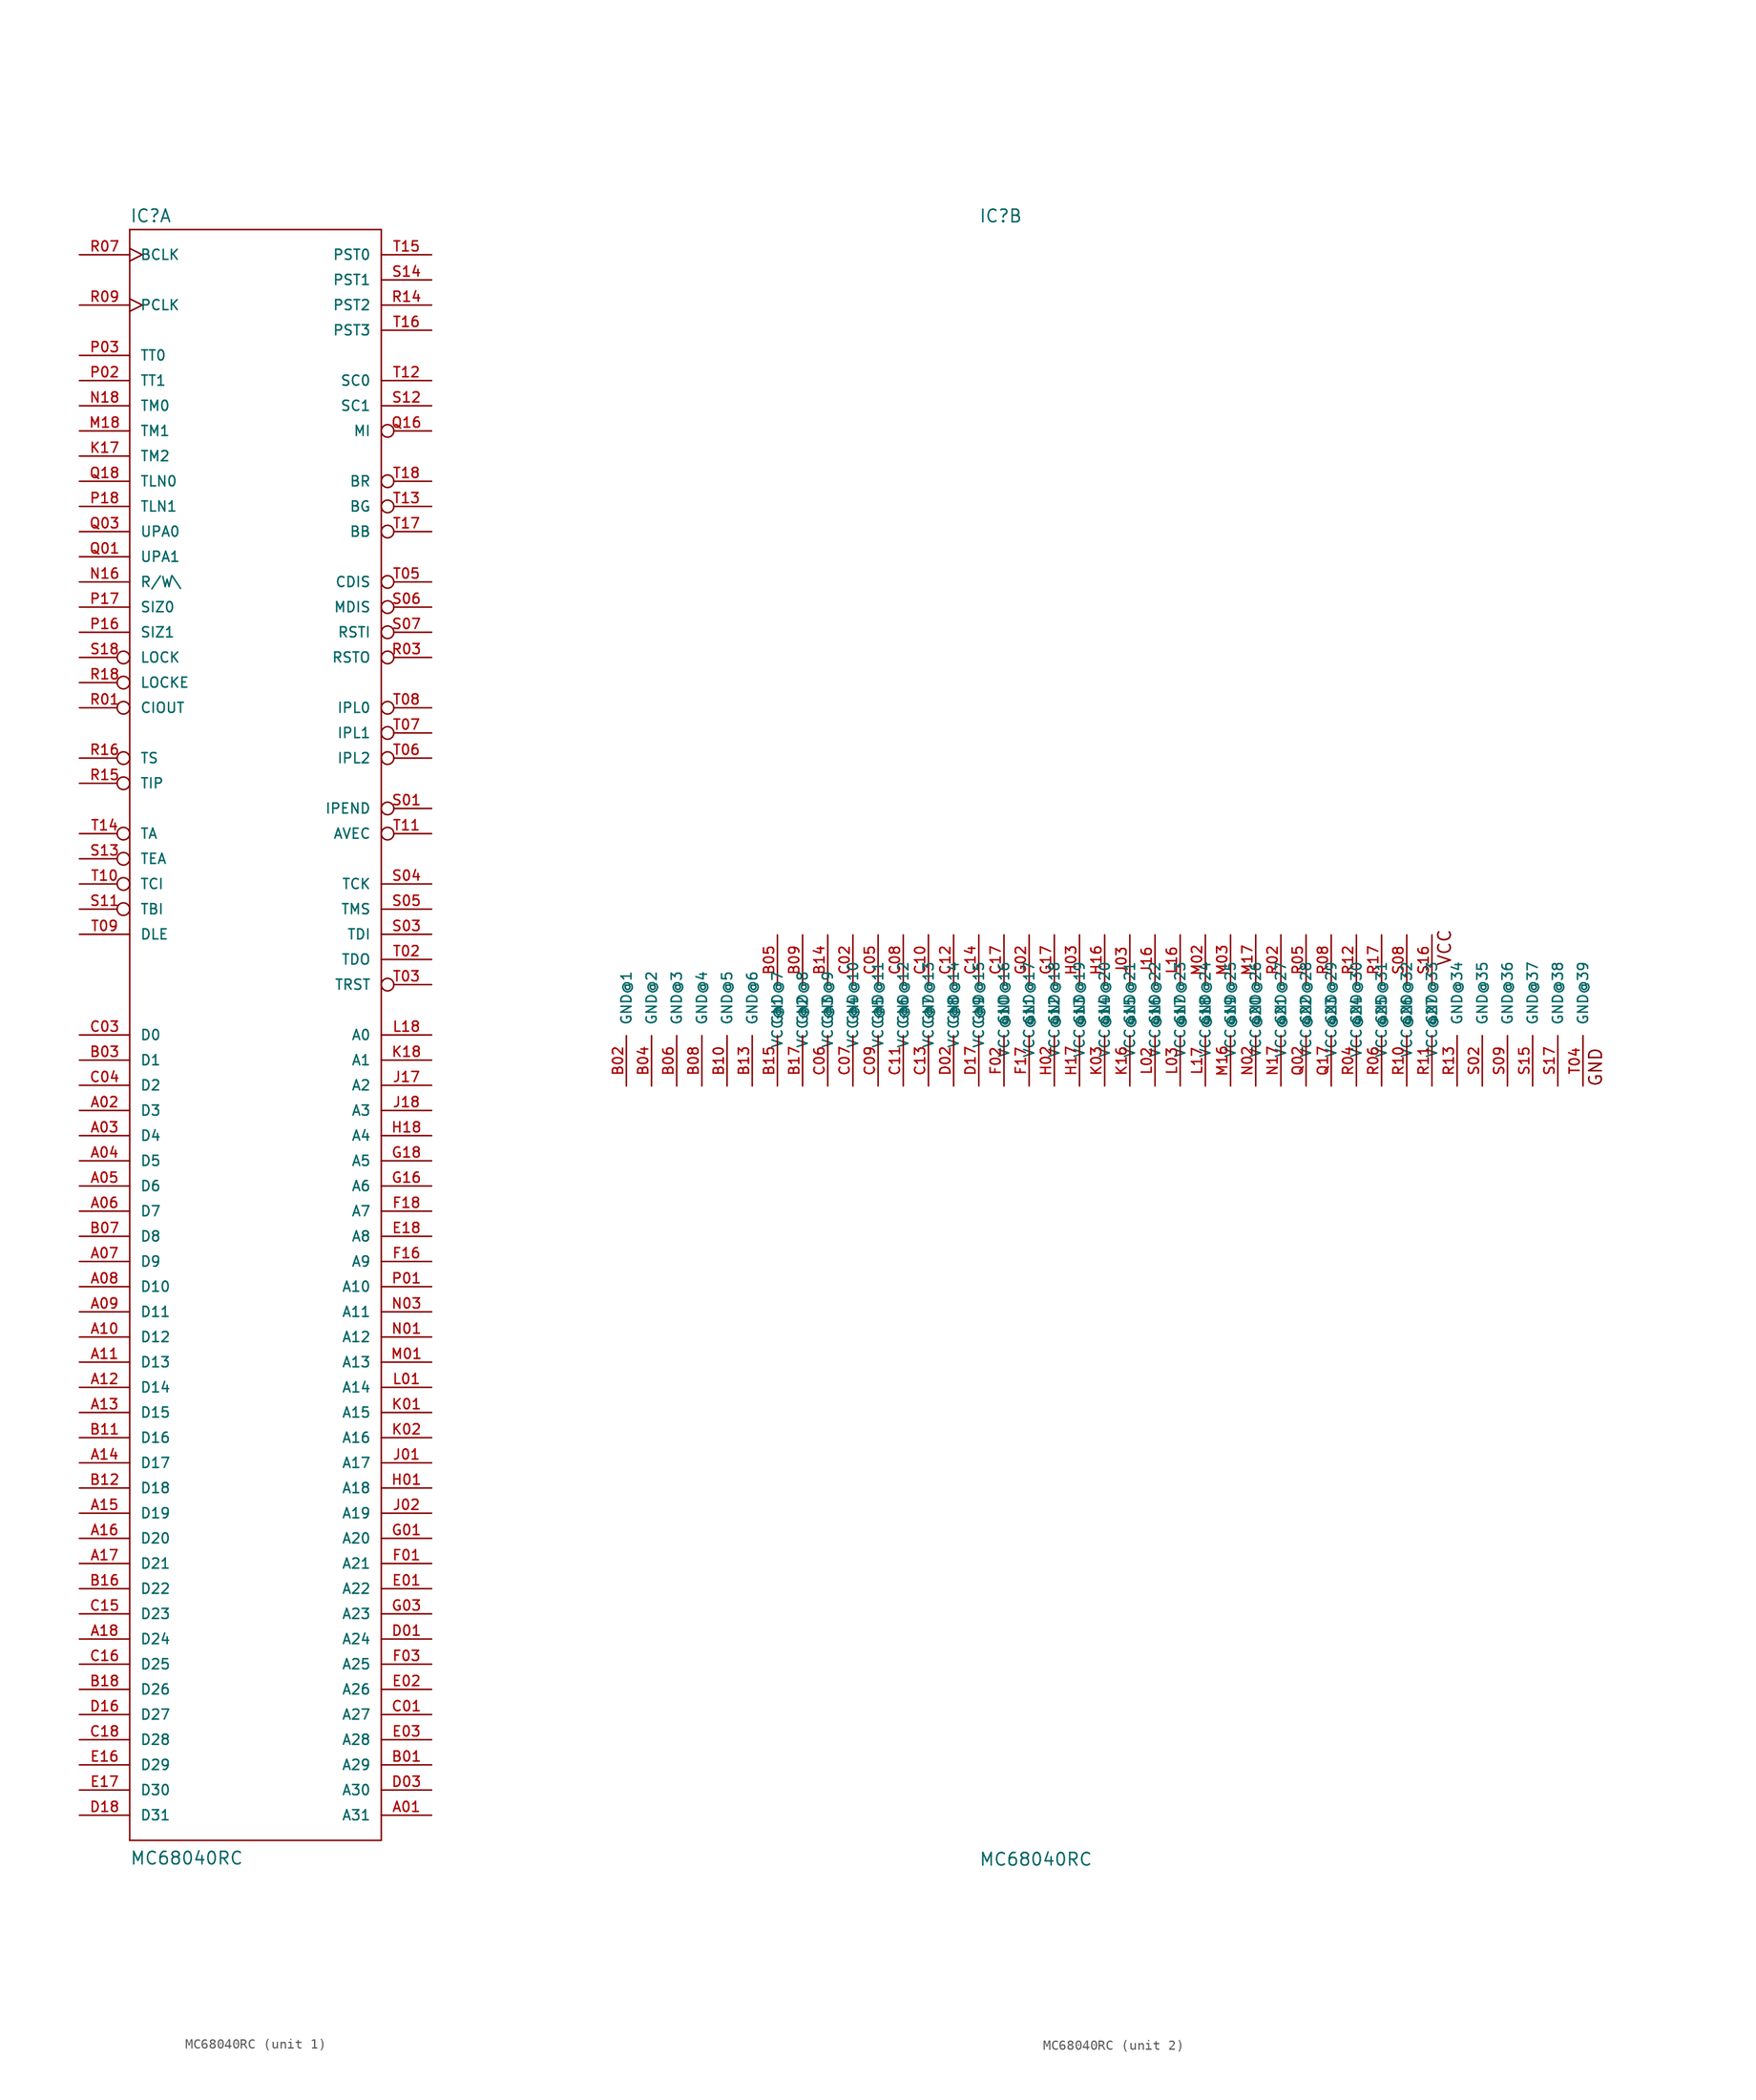
<source format=kicad_sym>
(kicad_symbol_lib
  (version 20220914)
  (generator kicad_symbol_editor)
  (symbol "MC68040RC"
    (pin_names
      (offset 1.016))
    (property "Reference" "IC"
      (at -12.7 79.375 0)
      (effects (font (size 1.27 1.27)) (justify left bottom)))
    (property "Value" "MC68040RC"
      (at -12.7 -86.36 0)
      (effects (font (size 1.27 1.27)) (justify left bottom)))
    (property "Datasheet" ""
      (at 0 0 0)
      (effects (font (size 1.524 1.524))))
    (property "ki_locked" ""
      (at 0 0 0)
      (effects (font (size 1.27 1.27))))
    (symbol "MC68040RC_1_0"
      (polyline (pts (xy -12.7 -83.82) (xy -12.7 78.74)) (stroke (width 0) (type solid)) (fill (type none)))
      (polyline (pts (xy -12.7 -83.82) (xy 12.7 -83.82)) (stroke (width 0) (type solid)) (fill (type none)))
      (polyline (pts (xy 12.7 78.74) (xy -12.7 78.74)) (stroke (width 0) (type solid)) (fill (type none)))
      (polyline (pts (xy 12.7 78.74) (xy 12.7 -83.82)) (stroke (width 0) (type solid)) (fill (type none))))
    (symbol "MC68040RC_1_1"
      (pin output line (at 17.78 -81.28 180) (length 5.08) (name "A31" (effects (font (size 1.016 1.016)))) (number "A01" (effects (font (size 1.016 1.016)))))
      (pin bidirectional line (at -17.78 -10.16 0) (length 5.08) (name "D3" (effects (font (size 1.016 1.016)))) (number "A02" (effects (font (size 1.016 1.016)))))
      (pin bidirectional line (at -17.78 -12.7 0) (length 5.08) (name "D4" (effects (font (size 1.016 1.016)))) (number "A03" (effects (font (size 1.016 1.016)))))
      (pin bidirectional line (at -17.78 -15.24 0) (length 5.08) (name "D5" (effects (font (size 1.016 1.016)))) (number "A04" (effects (font (size 1.016 1.016)))))
      (pin bidirectional line (at -17.78 -17.78 0) (length 5.08) (name "D6" (effects (font (size 1.016 1.016)))) (number "A05" (effects (font (size 1.016 1.016)))))
      (pin bidirectional line (at -17.78 -20.32 0) (length 5.08) (name "D7" (effects (font (size 1.016 1.016)))) (number "A06" (effects (font (size 1.016 1.016)))))
      (pin bidirectional line (at -17.78 -25.4 0) (length 5.08) (name "D9" (effects (font (size 1.016 1.016)))) (number "A07" (effects (font (size 1.016 1.016)))))
      (pin bidirectional line (at -17.78 -27.94 0) (length 5.08) (name "D10" (effects (font (size 1.016 1.016)))) (number "A08" (effects (font (size 1.016 1.016)))))
      (pin bidirectional line (at -17.78 -30.48 0) (length 5.08) (name "D11" (effects (font (size 1.016 1.016)))) (number "A09" (effects (font (size 1.016 1.016)))))
      (pin bidirectional line (at -17.78 -33.02 0) (length 5.08) (name "D12" (effects (font (size 1.016 1.016)))) (number "A10" (effects (font (size 1.016 1.016)))))
      (pin bidirectional line (at -17.78 -35.56 0) (length 5.08) (name "D13" (effects (font (size 1.016 1.016)))) (number "A11" (effects (font (size 1.016 1.016)))))
      (pin bidirectional line (at -17.78 -38.1 0) (length 5.08) (name "D14" (effects (font (size 1.016 1.016)))) (number "A12" (effects (font (size 1.016 1.016)))))
      (pin bidirectional line (at -17.78 -40.64 0) (length 5.08) (name "D15" (effects (font (size 1.016 1.016)))) (number "A13" (effects (font (size 1.016 1.016)))))
      (pin bidirectional line (at -17.78 -45.72 0) (length 5.08) (name "D17" (effects (font (size 1.016 1.016)))) (number "A14" (effects (font (size 1.016 1.016)))))
      (pin bidirectional line (at -17.78 -50.8 0) (length 5.08) (name "D19" (effects (font (size 1.016 1.016)))) (number "A15" (effects (font (size 1.016 1.016)))))
      (pin bidirectional line (at -17.78 -53.34 0) (length 5.08) (name "D20" (effects (font (size 1.016 1.016)))) (number "A16" (effects (font (size 1.016 1.016)))))
      (pin bidirectional line (at -17.78 -55.88 0) (length 5.08) (name "D21" (effects (font (size 1.016 1.016)))) (number "A17" (effects (font (size 1.016 1.016)))))
      (pin bidirectional line (at -17.78 -63.5 0) (length 5.08) (name "D24" (effects (font (size 1.016 1.016)))) (number "A18" (effects (font (size 1.016 1.016)))))
      (pin output line (at 17.78 -76.2 180) (length 5.08) (name "A29" (effects (font (size 1.016 1.016)))) (number "B01" (effects (font (size 1.016 1.016)))))
      (pin bidirectional line (at -17.78 -5.08 0) (length 5.08) (name "D1" (effects (font (size 1.016 1.016)))) (number "B03" (effects (font (size 1.016 1.016)))))
      (pin bidirectional line (at -17.78 -22.86 0) (length 5.08) (name "D8" (effects (font (size 1.016 1.016)))) (number "B07" (effects (font (size 1.016 1.016)))))
      (pin bidirectional line (at -17.78 -43.18 0) (length 5.08) (name "D16" (effects (font (size 1.016 1.016)))) (number "B11" (effects (font (size 1.016 1.016)))))
      (pin bidirectional line (at -17.78 -48.26 0) (length 5.08) (name "D18" (effects (font (size 1.016 1.016)))) (number "B12" (effects (font (size 1.016 1.016)))))
      (pin bidirectional line (at -17.78 -58.42 0) (length 5.08) (name "D22" (effects (font (size 1.016 1.016)))) (number "B16" (effects (font (size 1.016 1.016)))))
      (pin bidirectional line (at -17.78 -68.58 0) (length 5.08) (name "D26" (effects (font (size 1.016 1.016)))) (number "B18" (effects (font (size 1.016 1.016)))))
      (pin output line (at 17.78 -71.12 180) (length 5.08) (name "A27" (effects (font (size 1.016 1.016)))) (number "C01" (effects (font (size 1.016 1.016)))))
      (pin bidirectional line (at -17.78 -2.54 0) (length 5.08) (name "D0" (effects (font (size 1.016 1.016)))) (number "C03" (effects (font (size 1.016 1.016)))))
      (pin bidirectional line (at -17.78 -7.62 0) (length 5.08) (name "D2" (effects (font (size 1.016 1.016)))) (number "C04" (effects (font (size 1.016 1.016)))))
      (pin bidirectional line (at -17.78 -60.96 0) (length 5.08) (name "D23" (effects (font (size 1.016 1.016)))) (number "C15" (effects (font (size 1.016 1.016)))))
      (pin bidirectional line (at -17.78 -66.04 0) (length 5.08) (name "D25" (effects (font (size 1.016 1.016)))) (number "C16" (effects (font (size 1.016 1.016)))))
      (pin bidirectional line (at -17.78 -73.66 0) (length 5.08) (name "D28" (effects (font (size 1.016 1.016)))) (number "C18" (effects (font (size 1.016 1.016)))))
      (pin output line (at 17.78 -63.5 180) (length 5.08) (name "A24" (effects (font (size 1.016 1.016)))) (number "D01" (effects (font (size 1.016 1.016)))))
      (pin output line (at 17.78 -78.74 180) (length 5.08) (name "A30" (effects (font (size 1.016 1.016)))) (number "D03" (effects (font (size 1.016 1.016)))))
      (pin bidirectional line (at -17.78 -71.12 0) (length 5.08) (name "D27" (effects (font (size 1.016 1.016)))) (number "D16" (effects (font (size 1.016 1.016)))))
      (pin bidirectional line (at -17.78 -81.28 0) (length 5.08) (name "D31" (effects (font (size 1.016 1.016)))) (number "D18" (effects (font (size 1.016 1.016)))))
      (pin output line (at 17.78 -58.42 180) (length 5.08) (name "A22" (effects (font (size 1.016 1.016)))) (number "E01" (effects (font (size 1.016 1.016)))))
      (pin output line (at 17.78 -68.58 180) (length 5.08) (name "A26" (effects (font (size 1.016 1.016)))) (number "E02" (effects (font (size 1.016 1.016)))))
      (pin output line (at 17.78 -73.66 180) (length 5.08) (name "A28" (effects (font (size 1.016 1.016)))) (number "E03" (effects (font (size 1.016 1.016)))))
      (pin bidirectional line (at -17.78 -76.2 0) (length 5.08) (name "D29" (effects (font (size 1.016 1.016)))) (number "E16" (effects (font (size 1.016 1.016)))))
      (pin bidirectional line (at -17.78 -78.74 0) (length 5.08) (name "D30" (effects (font (size 1.016 1.016)))) (number "E17" (effects (font (size 1.016 1.016)))))
      (pin output line (at 17.78 -22.86 180) (length 5.08) (name "A8" (effects (font (size 1.016 1.016)))) (number "E18" (effects (font (size 1.016 1.016)))))
      (pin output line (at 17.78 -55.88 180) (length 5.08) (name "A21" (effects (font (size 1.016 1.016)))) (number "F01" (effects (font (size 1.016 1.016)))))
      (pin output line (at 17.78 -66.04 180) (length 5.08) (name "A25" (effects (font (size 1.016 1.016)))) (number "F03" (effects (font (size 1.016 1.016)))))
      (pin output line (at 17.78 -25.4 180) (length 5.08) (name "A9" (effects (font (size 1.016 1.016)))) (number "F16" (effects (font (size 1.016 1.016)))))
      (pin output line (at 17.78 -20.32 180) (length 5.08) (name "A7" (effects (font (size 1.016 1.016)))) (number "F18" (effects (font (size 1.016 1.016)))))
      (pin output line (at 17.78 -53.34 180) (length 5.08) (name "A20" (effects (font (size 1.016 1.016)))) (number "G01" (effects (font (size 1.016 1.016)))))
      (pin output line (at 17.78 -60.96 180) (length 5.08) (name "A23" (effects (font (size 1.016 1.016)))) (number "G03" (effects (font (size 1.016 1.016)))))
      (pin output line (at 17.78 -17.78 180) (length 5.08) (name "A6" (effects (font (size 1.016 1.016)))) (number "G16" (effects (font (size 1.016 1.016)))))
      (pin output line (at 17.78 -15.24 180) (length 5.08) (name "A5" (effects (font (size 1.016 1.016)))) (number "G18" (effects (font (size 1.016 1.016)))))
      (pin output line (at 17.78 -48.26 180) (length 5.08) (name "A18" (effects (font (size 1.016 1.016)))) (number "H01" (effects (font (size 1.016 1.016)))))
      (pin output line (at 17.78 -12.7 180) (length 5.08) (name "A4" (effects (font (size 1.016 1.016)))) (number "H18" (effects (font (size 1.016 1.016)))))
      (pin output line (at 17.78 -45.72 180) (length 5.08) (name "A17" (effects (font (size 1.016 1.016)))) (number "J01" (effects (font (size 1.016 1.016)))))
      (pin output line (at 17.78 -50.8 180) (length 5.08) (name "A19" (effects (font (size 1.016 1.016)))) (number "J02" (effects (font (size 1.016 1.016)))))
      (pin output line (at 17.78 -7.62 180) (length 5.08) (name "A2" (effects (font (size 1.016 1.016)))) (number "J17" (effects (font (size 1.016 1.016)))))
      (pin output line (at 17.78 -10.16 180) (length 5.08) (name "A3" (effects (font (size 1.016 1.016)))) (number "J18" (effects (font (size 1.016 1.016)))))
      (pin output line (at 17.78 -40.64 180) (length 5.08) (name "A15" (effects (font (size 1.016 1.016)))) (number "K01" (effects (font (size 1.016 1.016)))))
      (pin output line (at 17.78 -43.18 180) (length 5.08) (name "A16" (effects (font (size 1.016 1.016)))) (number "K02" (effects (font (size 1.016 1.016)))))
      (pin output line (at -17.78 55.88 0) (length 5.08) (name "TM2" (effects (font (size 1.016 1.016)))) (number "K17" (effects (font (size 1.016 1.016)))))
      (pin output line (at 17.78 -5.08 180) (length 5.08) (name "A1" (effects (font (size 1.016 1.016)))) (number "K18" (effects (font (size 1.016 1.016)))))
      (pin output line (at 17.78 -38.1 180) (length 5.08) (name "A14" (effects (font (size 1.016 1.016)))) (number "L01" (effects (font (size 1.016 1.016)))))
      (pin output line (at 17.78 -2.54 180) (length 5.08) (name "A0" (effects (font (size 1.016 1.016)))) (number "L18" (effects (font (size 1.016 1.016)))))
      (pin output line (at 17.78 -35.56 180) (length 5.08) (name "A13" (effects (font (size 1.016 1.016)))) (number "M01" (effects (font (size 1.016 1.016)))))
      (pin output line (at -17.78 58.42 0) (length 5.08) (name "TM1" (effects (font (size 1.016 1.016)))) (number "M18" (effects (font (size 1.016 1.016)))))
      (pin output line (at 17.78 -33.02 180) (length 5.08) (name "A12" (effects (font (size 1.016 1.016)))) (number "N01" (effects (font (size 1.016 1.016)))))
      (pin output line (at 17.78 -30.48 180) (length 5.08) (name "A11" (effects (font (size 1.016 1.016)))) (number "N03" (effects (font (size 1.016 1.016)))))
      (pin bidirectional line (at -17.78 43.18 0) (length 5.08) (name "R/W\\" (effects (font (size 1.016 1.016)))) (number "N16" (effects (font (size 1.016 1.016)))))
      (pin output line (at -17.78 60.96 0) (length 5.08) (name "TM0" (effects (font (size 1.016 1.016)))) (number "N18" (effects (font (size 1.016 1.016)))))
      (pin output line (at 17.78 -27.94 180) (length 5.08) (name "A10" (effects (font (size 1.016 1.016)))) (number "P01" (effects (font (size 1.016 1.016)))))
      (pin bidirectional line (at -17.78 63.5 0) (length 5.08) (name "TT1" (effects (font (size 1.016 1.016)))) (number "P02" (effects (font (size 1.016 1.016)))))
      (pin bidirectional line (at -17.78 66.04 0) (length 5.08) (name "TT0" (effects (font (size 1.016 1.016)))) (number "P03" (effects (font (size 1.016 1.016)))))
      (pin bidirectional line (at -17.78 38.1 0) (length 5.08) (name "SIZ1" (effects (font (size 1.016 1.016)))) (number "P16" (effects (font (size 1.016 1.016)))))
      (pin bidirectional line (at -17.78 40.64 0) (length 5.08) (name "SIZ0" (effects (font (size 1.016 1.016)))) (number "P17" (effects (font (size 1.016 1.016)))))
      (pin output line (at -17.78 50.8 0) (length 5.08) (name "TLN1" (effects (font (size 1.016 1.016)))) (number "P18" (effects (font (size 1.016 1.016)))))
      (pin output line (at -17.78 45.72 0) (length 5.08) (name "UPA1" (effects (font (size 1.016 1.016)))) (number "Q01" (effects (font (size 1.016 1.016)))))
      (pin output line (at -17.78 48.26 0) (length 5.08) (name "UPA0" (effects (font (size 1.016 1.016)))) (number "Q03" (effects (font (size 1.016 1.016)))))
      (pin output inverted (at 17.78 58.42 180) (length 5.08) (name "MI" (effects (font (size 1.016 1.016)))) (number "Q16" (effects (font (size 1.016 1.016)))))
      (pin output line (at -17.78 53.34 0) (length 5.08) (name "TLN0" (effects (font (size 1.016 1.016)))) (number "Q18" (effects (font (size 1.016 1.016)))))
      (pin output inverted (at -17.78 30.48 0) (length 5.08) (name "CIOUT" (effects (font (size 1.016 1.016)))) (number "R01" (effects (font (size 1.016 1.016)))))
      (pin output inverted (at 17.78 35.56 180) (length 5.08) (name "RSTO" (effects (font (size 1.016 1.016)))) (number "R03" (effects (font (size 1.016 1.016)))))
      (pin input clock (at -17.78 76.2 0) (length 5.08) (name "BCLK" (effects (font (size 1.016 1.016)))) (number "R07" (effects (font (size 1.016 1.016)))))
      (pin input clock (at -17.78 71.12 0) (length 5.08) (name "PCLK" (effects (font (size 1.016 1.016)))) (number "R09" (effects (font (size 1.016 1.016)))))
      (pin output line (at 17.78 71.12 180) (length 5.08) (name "PST2" (effects (font (size 1.016 1.016)))) (number "R14" (effects (font (size 1.016 1.016)))))
      (pin output inverted (at -17.78 22.86 0) (length 5.08) (name "TIP" (effects (font (size 1.016 1.016)))) (number "R15" (effects (font (size 1.016 1.016)))))
      (pin bidirectional inverted (at -17.78 25.4 0) (length 5.08) (name "TS" (effects (font (size 1.016 1.016)))) (number "R16" (effects (font (size 1.016 1.016)))))
      (pin output inverted (at -17.78 33.02 0) (length 5.08) (name "LOCKE" (effects (font (size 1.016 1.016)))) (number "R18" (effects (font (size 1.016 1.016)))))
      (pin output inverted (at 17.78 20.32 180) (length 5.08) (name "IPEND" (effects (font (size 1.016 1.016)))) (number "S01" (effects (font (size 1.016 1.016)))))
      (pin input line (at 17.78 7.62 180) (length 5.08) (name "TDI" (effects (font (size 1.016 1.016)))) (number "S03" (effects (font (size 1.016 1.016)))))
      (pin input line (at 17.78 12.7 180) (length 5.08) (name "TCK" (effects (font (size 1.016 1.016)))) (number "S04" (effects (font (size 1.016 1.016)))))
      (pin input line (at 17.78 10.16 180) (length 5.08) (name "TMS" (effects (font (size 1.016 1.016)))) (number "S05" (effects (font (size 1.016 1.016)))))
      (pin input inverted (at 17.78 40.64 180) (length 5.08) (name "MDIS" (effects (font (size 1.016 1.016)))) (number "S06" (effects (font (size 1.016 1.016)))))
      (pin input inverted (at 17.78 38.1 180) (length 5.08) (name "RSTI" (effects (font (size 1.016 1.016)))) (number "S07" (effects (font (size 1.016 1.016)))))
      (pin input inverted (at -17.78 10.16 0) (length 5.08) (name "TBI" (effects (font (size 1.016 1.016)))) (number "S11" (effects (font (size 1.016 1.016)))))
      (pin input line (at 17.78 60.96 180) (length 5.08) (name "SC1" (effects (font (size 1.016 1.016)))) (number "S12" (effects (font (size 1.016 1.016)))))
      (pin input inverted (at -17.78 15.24 0) (length 5.08) (name "TEA" (effects (font (size 1.016 1.016)))) (number "S13" (effects (font (size 1.016 1.016)))))
      (pin output line (at 17.78 73.66 180) (length 5.08) (name "PST1" (effects (font (size 1.016 1.016)))) (number "S14" (effects (font (size 1.016 1.016)))))
      (pin output inverted (at -17.78 35.56 0) (length 5.08) (name "LOCK" (effects (font (size 1.016 1.016)))) (number "S18" (effects (font (size 1.016 1.016)))))
      (pin output line (at 17.78 5.08 180) (length 5.08) (name "TDO" (effects (font (size 1.016 1.016)))) (number "T02" (effects (font (size 1.016 1.016)))))
      (pin input inverted (at 17.78 2.54 180) (length 5.08) (name "TRST" (effects (font (size 1.016 1.016)))) (number "T03" (effects (font (size 1.016 1.016)))))
      (pin input inverted (at 17.78 43.18 180) (length 5.08) (name "CDIS" (effects (font (size 1.016 1.016)))) (number "T05" (effects (font (size 1.016 1.016)))))
      (pin input inverted (at 17.78 25.4 180) (length 5.08) (name "IPL2" (effects (font (size 1.016 1.016)))) (number "T06" (effects (font (size 1.016 1.016)))))
      (pin input inverted (at 17.78 27.94 180) (length 5.08) (name "IPL1" (effects (font (size 1.016 1.016)))) (number "T07" (effects (font (size 1.016 1.016)))))
      (pin input inverted (at 17.78 30.48 180) (length 5.08) (name "IPL0" (effects (font (size 1.016 1.016)))) (number "T08" (effects (font (size 1.016 1.016)))))
      (pin input line (at -17.78 7.62 0) (length 5.08) (name "DLE" (effects (font (size 1.016 1.016)))) (number "T09" (effects (font (size 1.016 1.016)))))
      (pin input inverted (at -17.78 12.7 0) (length 5.08) (name "TCI" (effects (font (size 1.016 1.016)))) (number "T10" (effects (font (size 1.016 1.016)))))
      (pin input inverted (at 17.78 17.78 180) (length 5.08) (name "AVEC" (effects (font (size 1.016 1.016)))) (number "T11" (effects (font (size 1.016 1.016)))))
      (pin input line (at 17.78 63.5 180) (length 5.08) (name "SC0" (effects (font (size 1.016 1.016)))) (number "T12" (effects (font (size 1.016 1.016)))))
      (pin input inverted (at 17.78 50.8 180) (length 5.08) (name "BG" (effects (font (size 1.016 1.016)))) (number "T13" (effects (font (size 1.016 1.016)))))
      (pin bidirectional inverted (at -17.78 17.78 0) (length 5.08) (name "TA" (effects (font (size 1.016 1.016)))) (number "T14" (effects (font (size 1.016 1.016)))))
      (pin output line (at 17.78 76.2 180) (length 5.08) (name "PST0" (effects (font (size 1.016 1.016)))) (number "T15" (effects (font (size 1.016 1.016)))))
      (pin output line (at 17.78 68.58 180) (length 5.08) (name "PST3" (effects (font (size 1.016 1.016)))) (number "T16" (effects (font (size 1.016 1.016)))))
      (pin bidirectional inverted (at 17.78 48.26 180) (length 5.08) (name "BB" (effects (font (size 1.016 1.016)))) (number "T17" (effects (font (size 1.016 1.016)))))
      (pin output inverted (at 17.78 53.34 180) (length 5.08) (name "BR" (effects (font (size 1.016 1.016)))) (number "T18" (effects (font (size 1.016 1.016))))))
    (symbol "MC68040RC_2_0"
      (text "GND" (at 49.53 -5.715 1) (effects (font (size 1.27 1.27))))
      (text "VCC" (at 34.29 6.35 1) (effects (font (size 1.27 1.27)))))
    (symbol "MC68040RC_2_1"
      (pin power_in line (at -48.26 -7.62 90) (length 5.08) (name "GND@1" (effects (font (size 1.016 1.016)))) (number "B02" (effects (font (size 1.016 1.016)))))
      (pin power_in line (at -45.72 -7.62 90) (length 5.08) (name "GND@2" (effects (font (size 1.016 1.016)))) (number "B04" (effects (font (size 1.016 1.016)))))
      (pin power_in line (at -33.02 7.62 270) (length 5.08) (name "VCC@1" (effects (font (size 1.016 1.016)))) (number "B05" (effects (font (size 1.016 1.016)))))
      (pin power_in line (at -43.18 -7.62 90) (length 5.08) (name "GND@3" (effects (font (size 1.016 1.016)))) (number "B06" (effects (font (size 1.016 1.016)))))
      (pin power_in line (at -40.64 -7.62 90) (length 5.08) (name "GND@4" (effects (font (size 1.016 1.016)))) (number "B08" (effects (font (size 1.016 1.016)))))
      (pin power_in line (at -30.48 7.62 270) (length 5.08) (name "VCC@2" (effects (font (size 1.016 1.016)))) (number "B09" (effects (font (size 1.016 1.016)))))
      (pin power_in line (at -38.1 -7.62 90) (length 5.08) (name "GND@5" (effects (font (size 1.016 1.016)))) (number "B10" (effects (font (size 1.016 1.016)))))
      (pin power_in line (at -35.56 -7.62 90) (length 5.08) (name "GND@6" (effects (font (size 1.016 1.016)))) (number "B13" (effects (font (size 1.016 1.016)))))
      (pin power_in line (at -27.94 7.62 270) (length 5.08) (name "VCC@3" (effects (font (size 1.016 1.016)))) (number "B14" (effects (font (size 1.016 1.016)))))
      (pin power_in line (at -33.02 -7.62 90) (length 5.08) (name "GND@7" (effects (font (size 1.016 1.016)))) (number "B15" (effects (font (size 1.016 1.016)))))
      (pin power_in line (at -30.48 -7.62 90) (length 5.08) (name "GND@8" (effects (font (size 1.016 1.016)))) (number "B17" (effects (font (size 1.016 1.016)))))
      (pin power_in line (at -25.4 7.62 270) (length 5.08) (name "VCC@4" (effects (font (size 1.016 1.016)))) (number "C02" (effects (font (size 1.016 1.016)))))
      (pin power_in line (at -22.86 7.62 270) (length 5.08) (name "VCC@5" (effects (font (size 1.016 1.016)))) (number "C05" (effects (font (size 1.016 1.016)))))
      (pin power_in line (at -27.94 -7.62 90) (length 5.08) (name "GND@9" (effects (font (size 1.016 1.016)))) (number "C06" (effects (font (size 1.016 1.016)))))
      (pin power_in line (at -25.4 -7.62 90) (length 5.08) (name "GND@10" (effects (font (size 1.016 1.016)))) (number "C07" (effects (font (size 1.016 1.016)))))
      (pin power_in line (at -20.32 7.62 270) (length 5.08) (name "VCC@6" (effects (font (size 1.016 1.016)))) (number "C08" (effects (font (size 1.016 1.016)))))
      (pin power_in line (at -22.86 -7.62 90) (length 5.08) (name "GND@11" (effects (font (size 1.016 1.016)))) (number "C09" (effects (font (size 1.016 1.016)))))
      (pin power_in line (at -17.78 7.62 270) (length 5.08) (name "VCC@7" (effects (font (size 1.016 1.016)))) (number "C10" (effects (font (size 1.016 1.016)))))
      (pin power_in line (at -20.32 -7.62 90) (length 5.08) (name "GND@12" (effects (font (size 1.016 1.016)))) (number "C11" (effects (font (size 1.016 1.016)))))
      (pin power_in line (at -15.24 7.62 270) (length 5.08) (name "VCC@8" (effects (font (size 1.016 1.016)))) (number "C12" (effects (font (size 1.016 1.016)))))
      (pin power_in line (at -17.78 -7.62 90) (length 5.08) (name "GND@13" (effects (font (size 1.016 1.016)))) (number "C13" (effects (font (size 1.016 1.016)))))
      (pin power_in line (at -12.7 7.62 270) (length 5.08) (name "VCC@9" (effects (font (size 1.016 1.016)))) (number "C14" (effects (font (size 1.016 1.016)))))
      (pin power_in line (at -10.16 7.62 270) (length 5.08) (name "VCC@10" (effects (font (size 1.016 1.016)))) (number "C17" (effects (font (size 1.016 1.016)))))
      (pin power_in line (at -15.24 -7.62 90) (length 5.08) (name "GND@14" (effects (font (size 1.016 1.016)))) (number "D02" (effects (font (size 1.016 1.016)))))
      (pin power_in line (at -12.7 -7.62 90) (length 5.08) (name "GND@15" (effects (font (size 1.016 1.016)))) (number "D17" (effects (font (size 1.016 1.016)))))
      (pin power_in line (at -10.16 -7.62 90) (length 5.08) (name "GND@16" (effects (font (size 1.016 1.016)))) (number "F02" (effects (font (size 1.016 1.016)))))
      (pin power_in line (at -7.62 -7.62 90) (length 5.08) (name "GND@17" (effects (font (size 1.016 1.016)))) (number "F17" (effects (font (size 1.016 1.016)))))
      (pin power_in line (at -7.62 7.62 270) (length 5.08) (name "VCC@11" (effects (font (size 1.016 1.016)))) (number "G02" (effects (font (size 1.016 1.016)))))
      (pin power_in line (at -5.08 7.62 270) (length 5.08) (name "VCC@12" (effects (font (size 1.016 1.016)))) (number "G17" (effects (font (size 1.016 1.016)))))
      (pin power_in line (at -5.08 -7.62 90) (length 5.08) (name "GND@18" (effects (font (size 1.016 1.016)))) (number "H02" (effects (font (size 1.016 1.016)))))
      (pin power_in line (at -2.54 7.62 270) (length 5.08) (name "VCC@13" (effects (font (size 1.016 1.016)))) (number "H03" (effects (font (size 1.016 1.016)))))
      (pin power_in line (at 0 7.62 270) (length 5.08) (name "VCC@14" (effects (font (size 1.016 1.016)))) (number "H16" (effects (font (size 1.016 1.016)))))
      (pin power_in line (at -2.54 -7.62 90) (length 5.08) (name "GND@19" (effects (font (size 1.016 1.016)))) (number "H17" (effects (font (size 1.016 1.016)))))
      (pin power_in line (at 2.54 7.62 270) (length 5.08) (name "VCC@15" (effects (font (size 1.016 1.016)))) (number "J03" (effects (font (size 1.016 1.016)))))
      (pin power_in line (at 5.08 7.62 270) (length 5.08) (name "VCC@16" (effects (font (size 1.016 1.016)))) (number "J16" (effects (font (size 1.016 1.016)))))
      (pin power_in line (at 0 -7.62 90) (length 5.08) (name "GND@20" (effects (font (size 1.016 1.016)))) (number "K03" (effects (font (size 1.016 1.016)))))
      (pin power_in line (at 2.54 -7.62 90) (length 5.08) (name "GND@21" (effects (font (size 1.016 1.016)))) (number "K16" (effects (font (size 1.016 1.016)))))
      (pin power_in line (at 5.08 -7.62 90) (length 5.08) (name "GND@22" (effects (font (size 1.016 1.016)))) (number "L02" (effects (font (size 1.016 1.016)))))
      (pin power_in line (at 7.62 -7.62 90) (length 5.08) (name "GND@23" (effects (font (size 1.016 1.016)))) (number "L03" (effects (font (size 1.016 1.016)))))
      (pin power_in line (at 7.62 7.62 270) (length 5.08) (name "VCC@17" (effects (font (size 1.016 1.016)))) (number "L16" (effects (font (size 1.016 1.016)))))
      (pin power_in line (at 10.16 -7.62 90) (length 5.08) (name "GND@24" (effects (font (size 1.016 1.016)))) (number "L17" (effects (font (size 1.016 1.016)))))
      (pin power_in line (at 10.16 7.62 270) (length 5.08) (name "VCC@18" (effects (font (size 1.016 1.016)))) (number "M02" (effects (font (size 1.016 1.016)))))
      (pin power_in line (at 12.7 7.62 270) (length 5.08) (name "VCC@19" (effects (font (size 1.016 1.016)))) (number "M03" (effects (font (size 1.016 1.016)))))
      (pin power_in line (at 12.7 -7.62 90) (length 5.08) (name "GND@25" (effects (font (size 1.016 1.016)))) (number "M16" (effects (font (size 1.016 1.016)))))
      (pin power_in line (at 15.24 7.62 270) (length 5.08) (name "VCC@20" (effects (font (size 1.016 1.016)))) (number "M17" (effects (font (size 1.016 1.016)))))
      (pin power_in line (at 15.24 -7.62 90) (length 5.08) (name "GND@26" (effects (font (size 1.016 1.016)))) (number "N02" (effects (font (size 1.016 1.016)))))
      (pin power_in line (at 17.78 -7.62 90) (length 5.08) (name "GND@27" (effects (font (size 1.016 1.016)))) (number "N17" (effects (font (size 1.016 1.016)))))
      (pin power_in line (at 20.32 -7.62 90) (length 5.08) (name "GND@28" (effects (font (size 1.016 1.016)))) (number "Q02" (effects (font (size 1.016 1.016)))))
      (pin power_in line (at 22.86 -7.62 90) (length 5.08) (name "GND@29" (effects (font (size 1.016 1.016)))) (number "Q17" (effects (font (size 1.016 1.016)))))
      (pin power_in line (at 17.78 7.62 270) (length 5.08) (name "VCC@21" (effects (font (size 1.016 1.016)))) (number "R02" (effects (font (size 1.016 1.016)))))
      (pin power_in line (at 25.4 -7.62 90) (length 5.08) (name "GND@30" (effects (font (size 1.016 1.016)))) (number "R04" (effects (font (size 1.016 1.016)))))
      (pin power_in line (at 20.32 7.62 270) (length 5.08) (name "VCC@22" (effects (font (size 1.016 1.016)))) (number "R05" (effects (font (size 1.016 1.016)))))
      (pin power_in line (at 27.94 -7.62 90) (length 5.08) (name "GND@31" (effects (font (size 1.016 1.016)))) (number "R06" (effects (font (size 1.016 1.016)))))
      (pin power_in line (at 22.86 7.62 270) (length 5.08) (name "VCC@23" (effects (font (size 1.016 1.016)))) (number "R08" (effects (font (size 1.016 1.016)))))
      (pin power_in line (at 30.48 -7.62 90) (length 5.08) (name "GND@32" (effects (font (size 1.016 1.016)))) (number "R10" (effects (font (size 1.016 1.016)))))
      (pin power_in line (at 33.02 -7.62 90) (length 5.08) (name "GND@33" (effects (font (size 1.016 1.016)))) (number "R11" (effects (font (size 1.016 1.016)))))
      (pin power_in line (at 25.4 7.62 270) (length 5.08) (name "VCC@24" (effects (font (size 1.016 1.016)))) (number "R12" (effects (font (size 1.016 1.016)))))
      (pin power_in line (at 35.56 -7.62 90) (length 5.08) (name "GND@34" (effects (font (size 1.016 1.016)))) (number "R13" (effects (font (size 1.016 1.016)))))
      (pin power_in line (at 27.94 7.62 270) (length 5.08) (name "VCC@25" (effects (font (size 1.016 1.016)))) (number "R17" (effects (font (size 1.016 1.016)))))
      (pin power_in line (at 38.1 -7.62 90) (length 5.08) (name "GND@35" (effects (font (size 1.016 1.016)))) (number "S02" (effects (font (size 1.016 1.016)))))
      (pin power_in line (at 30.48 7.62 270) (length 5.08) (name "VCC@26" (effects (font (size 1.016 1.016)))) (number "S08" (effects (font (size 1.016 1.016)))))
      (pin power_in line (at 40.64 -7.62 90) (length 5.08) (name "GND@36" (effects (font (size 1.016 1.016)))) (number "S09" (effects (font (size 1.016 1.016)))))
      (pin power_in line (at 43.18 -7.62 90) (length 5.08) (name "GND@37" (effects (font (size 1.016 1.016)))) (number "S15" (effects (font (size 1.016 1.016)))))
      (pin power_in line (at 33.02 7.62 270) (length 5.08) (name "VCC@27" (effects (font (size 1.016 1.016)))) (number "S16" (effects (font (size 1.016 1.016)))))
      (pin power_in line (at 45.72 -7.62 90) (length 5.08) (name "GND@38" (effects (font (size 1.016 1.016)))) (number "S17" (effects (font (size 1.016 1.016)))))
      (pin power_in line (at 48.26 -7.62 90) (length 5.08) (name "GND@39" (effects (font (size 1.016 1.016)))) (number "T04" (effects (font (size 1.016 1.016))))))))
</source>
